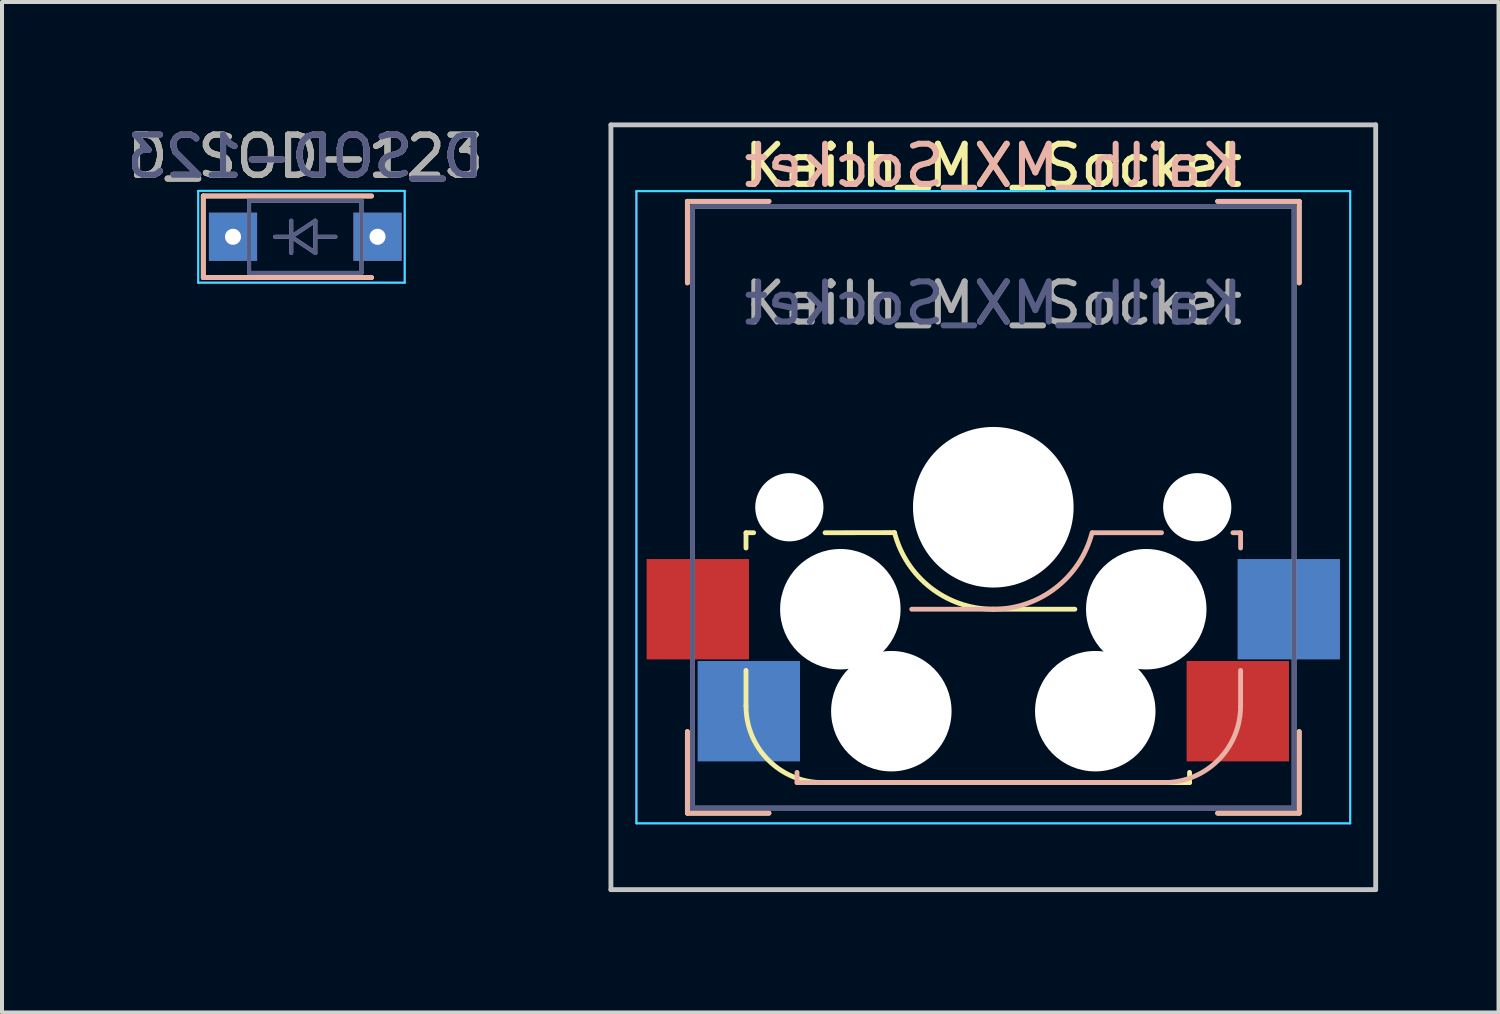
<source format=kicad_pcb>
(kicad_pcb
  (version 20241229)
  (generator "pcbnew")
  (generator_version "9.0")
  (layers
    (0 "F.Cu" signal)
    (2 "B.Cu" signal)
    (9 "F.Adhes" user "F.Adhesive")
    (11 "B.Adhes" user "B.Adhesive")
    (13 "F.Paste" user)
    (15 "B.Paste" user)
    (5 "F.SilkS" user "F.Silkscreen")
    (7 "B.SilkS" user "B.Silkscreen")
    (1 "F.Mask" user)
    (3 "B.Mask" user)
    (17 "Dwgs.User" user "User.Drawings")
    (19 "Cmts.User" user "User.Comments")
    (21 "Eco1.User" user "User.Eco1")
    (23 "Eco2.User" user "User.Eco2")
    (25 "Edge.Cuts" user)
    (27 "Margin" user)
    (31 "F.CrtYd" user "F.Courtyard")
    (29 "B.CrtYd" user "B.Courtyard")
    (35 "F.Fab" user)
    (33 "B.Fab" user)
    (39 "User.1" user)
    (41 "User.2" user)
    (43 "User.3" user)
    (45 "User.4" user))
  (footprint "D_SOD-123"
    (layer "F.Cu")
    (at 4.554 2.848)
    (property "Reference" "D_SOD-123" (at 0 -2 0) (layer "F.SilkS") (effects (font (size 1 1) (thickness 0.15))))
    (attr smd)
    (fp_line (start -2.54 -1.016) (end -2.54 1.016) (stroke (width 0.12) (type solid)) (layer "F.SilkS"))
    (fp_line (start -2.54 -1.016) (end 1.651 -1.016) (stroke (width 0.12) (type solid)) (layer "F.SilkS"))
    (fp_line (start -2.54 1.016) (end 1.651 1.016) (stroke (width 0.12) (type solid)) (layer "F.SilkS"))
    (fp_line (start -2.54 -1.016) (end 1.651 -1.016) (stroke (width 0.12) (type solid)) (layer "B.SilkS"))
    (fp_line (start -2.54 1.016) (end -2.54 -1.016) (stroke (width 0.12) (type solid)) (layer "B.SilkS"))
    (fp_line (start -2.54 1.016) (end 1.651 1.016) (stroke (width 0.12) (type solid)) (layer "B.SilkS"))
    (fp_line (start -2.667 1.143) (end -2.667 -1.143) (stroke (width 0.05) (type solid)) (layer "B.CrtYd"))
    (fp_line (start -2.667 1.143) (end 2.477 1.143) (stroke (width 0.05) (type solid)) (layer "B.CrtYd"))
    (fp_line (start 2.477 -1.143) (end -2.667 -1.143) (stroke (width 0.05) (type solid)) (layer "B.CrtYd"))
    (fp_line (start 2.477 1.143) (end 2.477 -1.143) (stroke (width 0.05) (type solid)) (layer "B.CrtYd"))
    (fp_line (start -2.667 -1.143) (end -2.667 1.143) (stroke (width 0.05) (type solid)) (layer "F.CrtYd"))
    (fp_line (start -2.667 -1.143) (end 2.477 -1.143) (stroke (width 0.05) (type solid)) (layer "F.CrtYd"))
    (fp_line (start 2.477 -1.143) (end 2.477 1.143) (stroke (width 0.05) (type solid)) (layer "F.CrtYd"))
    (fp_line (start 2.477 1.143) (end -2.667 1.143) (stroke (width 0.05) (type solid)) (layer "F.CrtYd"))
    (fp_line (start -1.4 -0.9) (end -1.4 0.9) (stroke (width 0.1) (type solid)) (layer "B.Fab"))
    (fp_line (start -1.4 0.9) (end 1.4 0.9) (stroke (width 0.1) (type solid)) (layer "B.Fab"))
    (fp_line (start -0.75 0) (end -0.35 0) (stroke (width 0.1) (type solid)) (layer "B.Fab"))
    (fp_line (start -0.35 0) (end -0.35 -0.4) (stroke (width 0.1) (type solid)) (layer "B.Fab"))
    (fp_line (start -0.35 0) (end -0.35 0.4) (stroke (width 0.1) (type solid)) (layer "B.Fab"))
    (fp_line (start -0.35 0) (end 0.25 0.4) (stroke (width 0.1) (type solid)) (layer "B.Fab"))
    (fp_line (start 0.25 -0.4) (end -0.35 0) (stroke (width 0.1) (type solid)) (layer "B.Fab"))
    (fp_line (start 0.25 0) (end 0.75 0) (stroke (width 0.1) (type solid)) (layer "B.Fab"))
    (fp_line (start 0.25 0.4) (end 0.25 -0.4) (stroke (width 0.1) (type solid)) (layer "B.Fab"))
    (fp_line (start 1.4 -0.9) (end -1.4 -0.9) (stroke (width 0.1) (type solid)) (layer "B.Fab"))
    (fp_line (start 1.4 0.9) (end 1.4 -0.9) (stroke (width 0.1) (type solid)) (layer "B.Fab"))
    (fp_line (start -1.4 -0.9) (end 1.4 -0.9) (stroke (width 0.1) (type solid)) (layer "F.Fab"))
    (fp_line (start -1.4 0.9) (end -1.4 -0.9) (stroke (width 0.1) (type solid)) (layer "F.Fab"))
    (fp_line (start -0.75 0) (end -0.35 0) (stroke (width 0.1) (type solid)) (layer "F.Fab"))
    (fp_line (start -0.35 0) (end -0.35 -0.4) (stroke (width 0.1) (type solid)) (layer "F.Fab"))
    (fp_line (start -0.35 0) (end -0.35 0.4) (stroke (width 0.1) (type solid)) (layer "F.Fab"))
    (fp_line (start -0.35 0) (end 0.25 -0.4) (stroke (width 0.1) (type solid)) (layer "F.Fab"))
    (fp_line (start 0.25 -0.4) (end 0.25 0.4) (stroke (width 0.1) (type solid)) (layer "F.Fab"))
    (fp_line (start 0.25 0) (end 0.75 0) (stroke (width 0.1) (type solid)) (layer "F.Fab"))
    (fp_line (start 0.25 0.4) (end -0.35 0) (stroke (width 0.1) (type solid)) (layer "F.Fab"))
    (fp_line (start 1.4 -0.9) (end 1.4 0.9) (stroke (width 0.1) (type solid)) (layer "F.Fab"))
    (fp_line (start 1.4 0.9) (end -1.4 0.9) (stroke (width 0.1) (type solid)) (layer "F.Fab"))
    (fp_text user "${REFERENCE}" (at 0 -2 0) (layer "B.SilkS") (effects (font (size 1 1) (thickness 0.15)) (justify mirror)))
    (fp_text user "${REFERENCE}" (at 0 -2 0) (layer "B.Fab") (effects (font (size 1 1) (thickness 0.15)) (justify mirror)))
    (fp_text user "${REFERENCE}" (at 0 -2 0) (layer "F.Fab") (effects (font (size 1 1) (thickness 0.15))))
    (pad "1" thru_hole rect (at -1.8 0) (size 1.2 1.2) (drill 0.4) (layers "*.Cu" "*.Mask"))
    (pad "2" thru_hole rect (at 1.8 0) (size 1.2 1.2) (drill 0.4) (layers "*.Cu" "*.Mask")))
  (footprint "Kailh_MX_Socket"
    (layer "F.Cu")
    (at 21.692 9.585)
    (property "Reference" "Kailh_MX_Socket" (at 0 -8.509 0) (layer "F.SilkS") (effects (font (size 1 1) (thickness 0.15))))
    (attr through_hole)
    (fp_line (start -7.62 -7.62) (end -5.588 -7.62) (stroke (width 0.12) (type solid)) (layer "F.SilkS"))
    (fp_line (start -7.62 -5.588) (end -7.62 -7.62) (stroke (width 0.12) (type solid)) (layer "F.SilkS"))
    (fp_line (start -7.62 5.588) (end -7.62 7.62) (stroke (width 0.12) (type solid)) (layer "F.SilkS"))
    (fp_line (start -7.62 7.62) (end -5.588 7.62) (stroke (width 0.12) (type solid)) (layer "F.SilkS"))
    (fp_line (start -6.16 0.635) (end -6.16 1.016) (stroke (width 0.12) (type solid)) (layer "F.SilkS"))
    (fp_line (start -6.16 0.635) (end -5.969 0.635) (stroke (width 0.12) (type solid)) (layer "F.SilkS"))
    (fp_line (start -6.16 4.953) (end -6.16 4.064) (stroke (width 0.12) (type solid)) (layer "F.SilkS"))
    (fp_line (start -4.255 6.858) (end 4.889 6.858) (stroke (width 0.12) (type solid)) (layer "F.SilkS"))
    (fp_line (start -4.191 0.635) (end -2.46 0.632) (stroke (width 0.12) (type solid)) (layer "F.SilkS"))
    (fp_line (start 0 2.54) (end 2.032 2.54) (stroke (width 0.12) (type solid)) (layer "F.SilkS"))
    (fp_line (start 4.889 6.858) (end 4.889 6.604) (stroke (width 0.12) (type solid)) (layer "F.SilkS"))
    (fp_line (start 5.588 -7.62) (end 7.62 -7.62) (stroke (width 0.12) (type solid)) (layer "F.SilkS"))
    (fp_line (start 5.588 7.62) (end 7.62 7.62) (stroke (width 0.12) (type solid)) (layer "F.SilkS"))
    (fp_line (start 7.62 -7.62) (end 7.62 -5.588) (stroke (width 0.12) (type solid)) (layer "F.SilkS"))
    (fp_line (start 7.62 5.588) (end 7.62 7.62) (stroke (width 0.12) (type solid)) (layer "F.SilkS"))
    (fp_arc (start -4.2545 6.858) (mid -5.601538 6.300038) (end -6.1595 4.953) (stroke (width 0.12) (type solid)) (layer "F.SilkS"))
    (fp_arc (start 0 2.54) (mid -1.556784 2.006994) (end -2.460201 0.631672) (stroke (width 0.12) (type solid)) (layer "F.SilkS"))
    (fp_line (start -7.62 -7.62) (end -5.588 -7.62) (stroke (width 0.12) (type solid)) (layer "B.SilkS"))
    (fp_line (start -7.62 -5.588) (end -7.62 -7.62) (stroke (width 0.12) (type solid)) (layer "B.SilkS"))
    (fp_line (start -7.62 7.62) (end -7.62 5.588) (stroke (width 0.12) (type solid)) (layer "B.SilkS"))
    (fp_line (start -5.588 7.62) (end -7.62 7.62) (stroke (width 0.12) (type solid)) (layer "B.SilkS"))
    (fp_line (start -4.889 6.858) (end -4.889 6.604) (stroke (width 0.12) (type solid)) (layer "B.SilkS"))
    (fp_line (start 0 2.54) (end -2.032 2.54) (stroke (width 0.12) (type solid)) (layer "B.SilkS"))
    (fp_line (start 4.191 0.635) (end 2.477 0.635) (stroke (width 0.12) (type solid)) (layer "B.SilkS"))
    (fp_line (start 4.255 6.858) (end -4.889 6.858) (stroke (width 0.12) (type solid)) (layer "B.SilkS"))
    (fp_line (start 5.969 0.635) (end 6.16 0.635) (stroke (width 0.12) (type solid)) (layer "B.SilkS"))
    (fp_line (start 6.16 1.016) (end 6.16 0.635) (stroke (width 0.12) (type solid)) (layer "B.SilkS"))
    (fp_line (start 6.16 4.953) (end 6.16 4.064) (stroke (width 0.12) (type solid)) (layer "B.SilkS"))
    (fp_line (start 7.62 -7.62) (end 5.588 -7.62) (stroke (width 0.12) (type solid)) (layer "B.SilkS"))
    (fp_line (start 7.62 -5.588) (end 7.62 -7.62) (stroke (width 0.12) (type solid)) (layer "B.SilkS"))
    (fp_line (start 7.62 5.588) (end 7.62 7.62) (stroke (width 0.12) (type solid)) (layer "B.SilkS"))
    (fp_line (start 7.62 7.62) (end 5.588 7.62) (stroke (width 0.12) (type solid)) (layer "B.SilkS"))
    (fp_arc (start 2.459669 0.633742) (mid 1.55594 2.007649) (end 0 2.54) (stroke (width 0.12) (type solid)) (layer "B.SilkS"))
    (fp_arc (start 6.1595 4.953) (mid 5.601538 6.300038) (end 4.2545 6.858) (stroke (width 0.12) (type solid)) (layer "B.SilkS"))
    (fp_line (start -9.525 -9.525) (end 9.525 -9.525) (stroke (width 0.12) (type solid)) (layer "Dwgs.User"))
    (fp_line (start -9.525 9.525) (end -9.525 -9.525) (stroke (width 0.12) (type solid)) (layer "Dwgs.User"))
    (fp_line (start 9.525 -9.525) (end 9.525 9.525) (stroke (width 0.12) (type solid)) (layer "Dwgs.User"))
    (fp_line (start 9.525 9.525) (end -9.525 9.525) (stroke (width 0.12) (type solid)) (layer "Dwgs.User"))
    (fp_line (start -8.89 -7.874) (end 8.89 -7.874) (stroke (width 0.05) (type solid)) (layer "B.CrtYd"))
    (fp_line (start -8.89 7.874) (end -8.89 -7.874) (stroke (width 0.05) (type solid)) (layer "B.CrtYd"))
    (fp_line (start 8.89 -7.874) (end 8.89 7.874) (stroke (width 0.05) (type solid)) (layer "B.CrtYd"))
    (fp_line (start 8.89 7.874) (end -8.89 7.874) (stroke (width 0.05) (type solid)) (layer "B.CrtYd"))
    (fp_line (start -8.89 -7.874) (end -8.89 7.874) (stroke (width 0.05) (type solid)) (layer "F.CrtYd"))
    (fp_line (start -8.89 7.874) (end 8.89 7.874) (stroke (width 0.05) (type solid)) (layer "F.CrtYd"))
    (fp_line (start 8.89 -7.874) (end -8.89 -7.874) (stroke (width 0.05) (type solid)) (layer "F.CrtYd"))
    (fp_line (start 8.89 7.874) (end 8.89 -7.874) (stroke (width 0.05) (type solid)) (layer "F.CrtYd"))
    (fp_line (start -7.493 -7.493) (end 7.493 -7.493) (stroke (width 0.12) (type solid)) (layer "B.Fab"))
    (fp_line (start -7.493 7.493) (end -7.493 -7.493) (stroke (width 0.12) (type solid)) (layer "B.Fab"))
    (fp_line (start 7.493 -7.493) (end 7.493 7.493) (stroke (width 0.12) (type solid)) (layer "B.Fab"))
    (fp_line (start 7.493 7.493) (end -7.493 7.493) (stroke (width 0.12) (type solid)) (layer "B.Fab"))
    (fp_line (start -7.493 -7.493) (end 7.493 -7.493) (stroke (width 0.12) (type solid)) (layer "F.Fab"))
    (fp_line (start -7.493 7.493) (end -7.493 -7.493) (stroke (width 0.12) (type solid)) (layer "F.Fab"))
    (fp_line (start 7.493 -7.493) (end 7.493 7.493) (stroke (width 0.12) (type solid)) (layer "F.Fab"))
    (fp_line (start 7.493 7.493) (end -7.493 7.493) (stroke (width 0.12) (type solid)) (layer "F.Fab"))
    (fp_text user "${REFERENCE}" (at 0 -8.509 0) (layer "B.SilkS") (effects (font (size 1 1) (thickness 0.15)) (justify mirror)))
    (fp_text user "${REFERENCE}" (at 0 -5.08 0) (layer "B.Fab") (effects (font (size 1 1) (thickness 0.15)) (justify mirror)))
    (fp_text user "${REFERENCE}" (at 0 -5.08 0) (layer "F.Fab") (effects (font (size 1 1) (thickness 0.15))))
    (pad "" np_thru_hole circle (at -5.08 0) (size 1.7 1.7) (drill 1.7) (layers "*.Cu" "*.Mask"))
    (pad "" np_thru_hole circle (at -3.81 2.54) (size 3 3) (drill 3) (layers "*.Cu" "*.Mask"))
    (pad "" np_thru_hole circle (at -2.54 5.08) (size 3 3) (drill 3) (layers "*.Cu" "*.Mask"))
    (pad "" np_thru_hole circle (at 0 0) (size 4 4) (drill 4) (layers "*.Cu" "*.Mask"))
    (pad "" np_thru_hole circle (at 2.54 5.08) (size 3 3) (drill 3) (layers "*.Cu" "*.Mask"))
    (pad "" np_thru_hole circle (at 3.81 2.54) (size 3 3) (drill 3) (layers "*.Cu" "*.Mask"))
    (pad "" np_thru_hole circle (at 5.08 0) (size 1.7 1.7) (drill 1.7) (layers "*.Cu" "*.Mask"))
    (pad "1" smd rect (at -7.36 2.54) (size 2.55 2.5) (layers "F.Cu" "F.Mask" "F.Paste"))
    (pad "1" smd rect (at 7.36 2.54) (size 2.55 2.5) (layers "B.Cu" "B.Mask" "B.Paste"))
    (pad "2" smd rect (at -6.09 5.08) (size 2.55 2.5) (layers "B.Cu" "B.Mask" "B.Paste"))
    (pad "2" smd rect (at 6.09 5.08) (size 2.55 2.5) (layers "F.Cu" "F.Mask" "F.Paste")))
  (gr_rect
    (start -3 -3)
    (end 34.277 22.17)
    (stroke (width 0.1) (type default))
    (fill no)
    (layer "Edge.Cuts")))
</source>
